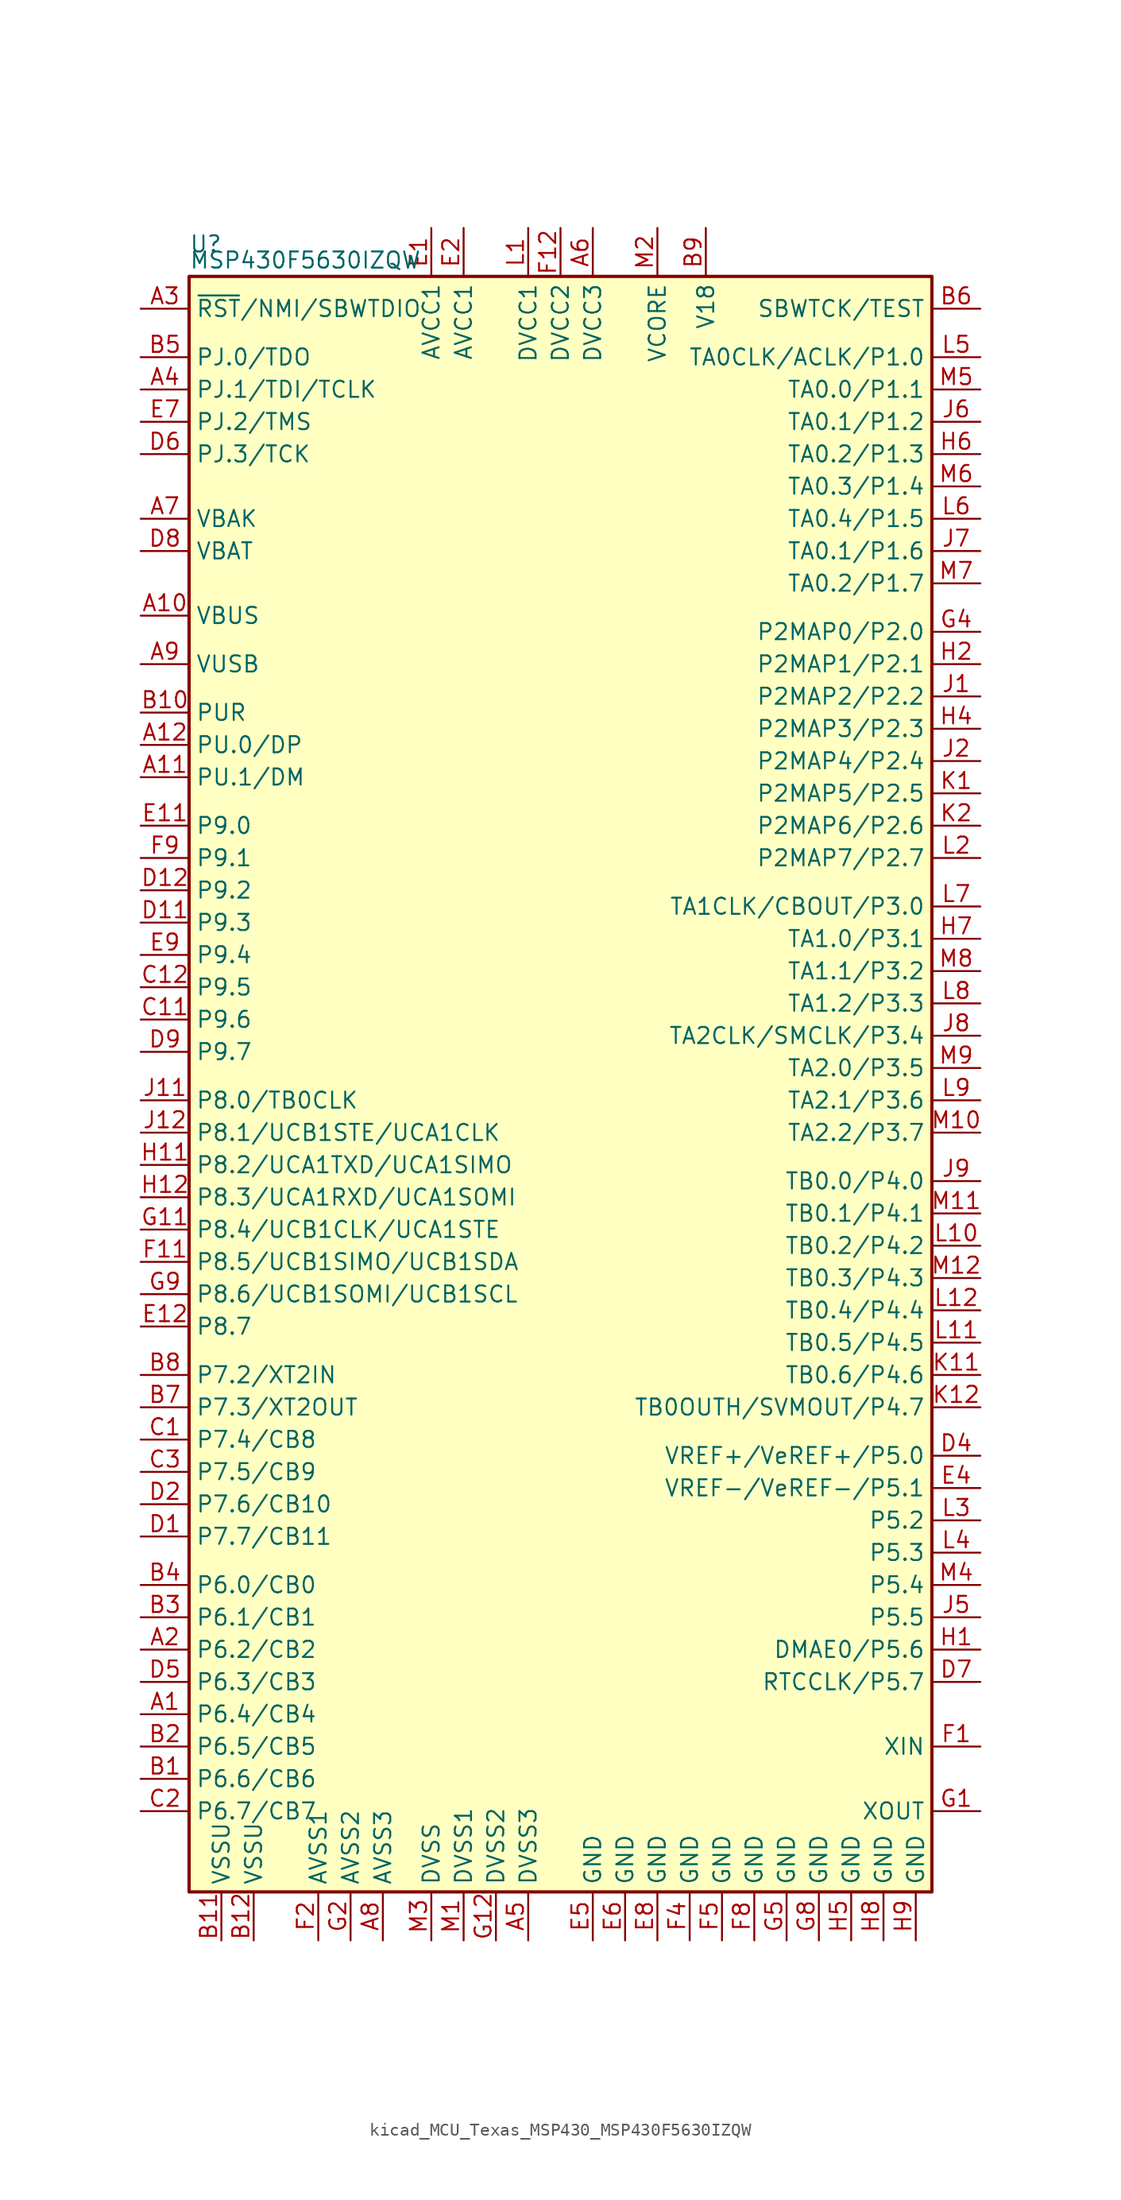
<source format=kicad_sym>
(kicad_symbol_lib
  (version 20220914)
  (generator kicad_symbol_editor)
  (symbol "kicad_MCU_Texas_MSP430_MSP430F5630IZQW"
    (property "Reference" "U"
      (at -29.21 66.04 0)
      (effects (font (size 1.27 1.27)) (justify left)))
    (property "Value" "MSP430F5630IZQW"
      (at -29.21 64.77 0)
      (effects (font (size 1.27 1.27)) (justify left)))
    (symbol "kicad_MCU_Texas_MSP430_MSP430F5630IZQW_0_1"
      (rectangle (start -29.21 63.5) (end 29.21 -63.5) (stroke (width 0.254) (type default)) (fill (type background))))
    (symbol "kicad_MCU_Texas_MSP430_MSP430F5630IZQW_1_1"
      (pin bidirectional line (at -33.02 -49.53 0) (length 3.81) (name "P6.4/CB4" (effects (font (size 1.27 1.27)))) (number "A1" (effects (font (size 1.27 1.27)))))
      (pin bidirectional line (at -33.02 36.83 0) (length 3.81) (name "VBUS" (effects (font (size 1.27 1.27)))) (number "A10" (effects (font (size 1.27 1.27)))))
      (pin bidirectional line (at -33.02 24.13 0) (length 3.81) (name "PU.1/DM" (effects (font (size 1.27 1.27)))) (number "A11" (effects (font (size 1.27 1.27)))))
      (pin bidirectional line (at -33.02 26.67 0) (length 3.81) (name "PU.0/DP" (effects (font (size 1.27 1.27)))) (number "A12" (effects (font (size 1.27 1.27)))))
      (pin bidirectional line (at -33.02 -44.45 0) (length 3.81) (name "P6.2/CB2" (effects (font (size 1.27 1.27)))) (number "A2" (effects (font (size 1.27 1.27)))))
      (pin input line (at -33.02 60.96 0) (length 3.81) (name "~{RST}/NMI/SBWTDIO" (effects (font (size 1.27 1.27)))) (number "A3" (effects (font (size 1.27 1.27)))))
      (pin bidirectional line (at -33.02 54.61 0) (length 3.81) (name "PJ.1/TDI/TCLK" (effects (font (size 1.27 1.27)))) (number "A4" (effects (font (size 1.27 1.27)))))
      (pin power_in line (at -2.54 -67.31 90) (length 3.81) (name "DVSS3" (effects (font (size 1.27 1.27)))) (number "A5" (effects (font (size 1.27 1.27)))))
      (pin power_in line (at 2.54 67.31 270) (length 3.81) (name "DVCC3" (effects (font (size 1.27 1.27)))) (number "A6" (effects (font (size 1.27 1.27)))))
      (pin bidirectional line (at -33.02 44.45 0) (length 3.81) (name "VBAK" (effects (font (size 1.27 1.27)))) (number "A7" (effects (font (size 1.27 1.27)))))
      (pin power_in line (at -13.97 -67.31 90) (length 3.81) (name "AVSS3" (effects (font (size 1.27 1.27)))) (number "A8" (effects (font (size 1.27 1.27)))))
      (pin bidirectional line (at -33.02 33.02 0) (length 3.81) (name "VUSB" (effects (font (size 1.27 1.27)))) (number "A9" (effects (font (size 1.27 1.27)))))
      (pin bidirectional line (at -33.02 -54.61 0) (length 3.81) (name "P6.6/CB6" (effects (font (size 1.27 1.27)))) (number "B1" (effects (font (size 1.27 1.27)))))
      (pin bidirectional line (at -33.02 29.21 0) (length 3.81) (name "PUR" (effects (font (size 1.27 1.27)))) (number "B10" (effects (font (size 1.27 1.27)))))
      (pin power_in line (at -26.67 -67.31 90) (length 3.81) (name "VSSU" (effects (font (size 1.27 1.27)))) (number "B11" (effects (font (size 1.27 1.27)))))
      (pin power_in line (at -24.13 -67.31 90) (length 3.81) (name "VSSU" (effects (font (size 1.27 1.27)))) (number "B12" (effects (font (size 1.27 1.27)))))
      (pin bidirectional line (at -33.02 -52.07 0) (length 3.81) (name "P6.5/CB5" (effects (font (size 1.27 1.27)))) (number "B2" (effects (font (size 1.27 1.27)))))
      (pin bidirectional line (at -33.02 -41.91 0) (length 3.81) (name "P6.1/CB1" (effects (font (size 1.27 1.27)))) (number "B3" (effects (font (size 1.27 1.27)))))
      (pin bidirectional line (at -33.02 -39.37 0) (length 3.81) (name "P6.0/CB0" (effects (font (size 1.27 1.27)))) (number "B4" (effects (font (size 1.27 1.27)))))
      (pin bidirectional line (at -33.02 57.15 0) (length 3.81) (name "PJ.0/TDO" (effects (font (size 1.27 1.27)))) (number "B5" (effects (font (size 1.27 1.27)))))
      (pin input line (at 33.02 60.96 180) (length 3.81) (name "SBWTCK/TEST" (effects (font (size 1.27 1.27)))) (number "B6" (effects (font (size 1.27 1.27)))))
      (pin bidirectional line (at -33.02 -25.4 0) (length 3.81) (name "P7.3/XT2OUT" (effects (font (size 1.27 1.27)))) (number "B7" (effects (font (size 1.27 1.27)))))
      (pin bidirectional line (at -33.02 -22.86 0) (length 3.81) (name "P7.2/XT2IN" (effects (font (size 1.27 1.27)))) (number "B8" (effects (font (size 1.27 1.27)))))
      (pin passive line (at 11.43 67.31 270) (length 3.81) (name "V18" (effects (font (size 1.27 1.27)))) (number "B9" (effects (font (size 1.27 1.27)))))
      (pin bidirectional line (at -33.02 -27.94 0) (length 3.81) (name "P7.4/CB8" (effects (font (size 1.27 1.27)))) (number "C1" (effects (font (size 1.27 1.27)))))
      (pin bidirectional line (at -33.02 5.08 0) (length 3.81) (name "P9.6" (effects (font (size 1.27 1.27)))) (number "C11" (effects (font (size 1.27 1.27)))))
      (pin bidirectional line (at -33.02 7.62 0) (length 3.81) (name "P9.5" (effects (font (size 1.27 1.27)))) (number "C12" (effects (font (size 1.27 1.27)))))
      (pin bidirectional line (at -33.02 -57.15 0) (length 3.81) (name "P6.7/CB7" (effects (font (size 1.27 1.27)))) (number "C2" (effects (font (size 1.27 1.27)))))
      (pin bidirectional line (at -33.02 -30.48 0) (length 3.81) (name "P7.5/CB9" (effects (font (size 1.27 1.27)))) (number "C3" (effects (font (size 1.27 1.27)))))
      (pin bidirectional line (at -33.02 -35.56 0) (length 3.81) (name "P7.7/CB11" (effects (font (size 1.27 1.27)))) (number "D1" (effects (font (size 1.27 1.27)))))
      (pin bidirectional line (at -33.02 12.7 0) (length 3.81) (name "P9.3" (effects (font (size 1.27 1.27)))) (number "D11" (effects (font (size 1.27 1.27)))))
      (pin bidirectional line (at -33.02 15.24 0) (length 3.81) (name "P9.2" (effects (font (size 1.27 1.27)))) (number "D12" (effects (font (size 1.27 1.27)))))
      (pin bidirectional line (at -33.02 -33.02 0) (length 3.81) (name "P7.6/CB10" (effects (font (size 1.27 1.27)))) (number "D2" (effects (font (size 1.27 1.27)))))
      (pin bidirectional line (at 33.02 -29.21 180) (length 3.81) (name "VREF+/VeREF+/P5.0" (effects (font (size 1.27 1.27)))) (number "D4" (effects (font (size 1.27 1.27)))))
      (pin bidirectional line (at -33.02 -46.99 0) (length 3.81) (name "P6.3/CB3" (effects (font (size 1.27 1.27)))) (number "D5" (effects (font (size 1.27 1.27)))))
      (pin bidirectional line (at -33.02 49.53 0) (length 3.81) (name "PJ.3/TCK" (effects (font (size 1.27 1.27)))) (number "D6" (effects (font (size 1.27 1.27)))))
      (pin bidirectional line (at 33.02 -46.99 180) (length 3.81) (name "RTCCLK/P5.7" (effects (font (size 1.27 1.27)))) (number "D7" (effects (font (size 1.27 1.27)))))
      (pin bidirectional line (at -33.02 41.91 0) (length 3.81) (name "VBAT" (effects (font (size 1.27 1.27)))) (number "D8" (effects (font (size 1.27 1.27)))))
      (pin bidirectional line (at -33.02 2.54 0) (length 3.81) (name "P9.7" (effects (font (size 1.27 1.27)))) (number "D9" (effects (font (size 1.27 1.27)))))
      (pin power_in line (at -10.16 67.31 270) (length 3.81) (name "AVCC1" (effects (font (size 1.27 1.27)))) (number "E1" (effects (font (size 1.27 1.27)))))
      (pin bidirectional line (at -33.02 20.32 0) (length 3.81) (name "P9.0" (effects (font (size 1.27 1.27)))) (number "E11" (effects (font (size 1.27 1.27)))))
      (pin bidirectional line (at -33.02 -19.05 0) (length 3.81) (name "P8.7" (effects (font (size 1.27 1.27)))) (number "E12" (effects (font (size 1.27 1.27)))))
      (pin power_in line (at -7.62 67.31 270) (length 3.81) (name "AVCC1" (effects (font (size 1.27 1.27)))) (number "E2" (effects (font (size 1.27 1.27)))))
      (pin bidirectional line (at 33.02 -31.75 180) (length 3.81) (name "VREF-/VeREF-/P5.1" (effects (font (size 1.27 1.27)))) (number "E4" (effects (font (size 1.27 1.27)))))
      (pin power_in line (at 2.54 -67.31 90) (length 3.81) (name "GND" (effects (font (size 1.27 1.27)))) (number "E5" (effects (font (size 1.27 1.27)))))
      (pin power_in line (at 5.08 -67.31 90) (length 3.81) (name "GND" (effects (font (size 1.27 1.27)))) (number "E6" (effects (font (size 1.27 1.27)))))
      (pin bidirectional line (at -33.02 52.07 0) (length 3.81) (name "PJ.2/TMS" (effects (font (size 1.27 1.27)))) (number "E7" (effects (font (size 1.27 1.27)))))
      (pin power_in line (at 7.62 -67.31 90) (length 3.81) (name "GND" (effects (font (size 1.27 1.27)))) (number "E8" (effects (font (size 1.27 1.27)))))
      (pin bidirectional line (at -33.02 10.16 0) (length 3.81) (name "P9.4" (effects (font (size 1.27 1.27)))) (number "E9" (effects (font (size 1.27 1.27)))))
      (pin bidirectional line (at 33.02 -52.07 180) (length 3.81) (name "XIN" (effects (font (size 1.27 1.27)))) (number "F1" (effects (font (size 1.27 1.27)))))
      (pin bidirectional line (at -33.02 -13.97 0) (length 3.81) (name "P8.5/UCB1SIMO/UCB1SDA" (effects (font (size 1.27 1.27)))) (number "F11" (effects (font (size 1.27 1.27)))))
      (pin power_in line (at 0 67.31 270) (length 3.81) (name "DVCC2" (effects (font (size 1.27 1.27)))) (number "F12" (effects (font (size 1.27 1.27)))))
      (pin power_in line (at -19.05 -67.31 90) (length 3.81) (name "AVSS1" (effects (font (size 1.27 1.27)))) (number "F2" (effects (font (size 1.27 1.27)))))
      (pin power_in line (at 10.16 -67.31 90) (length 3.81) (name "GND" (effects (font (size 1.27 1.27)))) (number "F4" (effects (font (size 1.27 1.27)))))
      (pin power_in line (at 12.7 -67.31 90) (length 3.81) (name "GND" (effects (font (size 1.27 1.27)))) (number "F5" (effects (font (size 1.27 1.27)))))
      (pin power_in line (at 15.24 -67.31 90) (length 3.81) (name "GND" (effects (font (size 1.27 1.27)))) (number "F8" (effects (font (size 1.27 1.27)))))
      (pin bidirectional line (at -33.02 17.78 0) (length 3.81) (name "P9.1" (effects (font (size 1.27 1.27)))) (number "F9" (effects (font (size 1.27 1.27)))))
      (pin bidirectional line (at 33.02 -57.15 180) (length 3.81) (name "XOUT" (effects (font (size 1.27 1.27)))) (number "G1" (effects (font (size 1.27 1.27)))))
      (pin bidirectional line (at -33.02 -11.43 0) (length 3.81) (name "P8.4/UCB1CLK/UCA1STE" (effects (font (size 1.27 1.27)))) (number "G11" (effects (font (size 1.27 1.27)))))
      (pin power_in line (at -5.08 -67.31 90) (length 3.81) (name "DVSS2" (effects (font (size 1.27 1.27)))) (number "G12" (effects (font (size 1.27 1.27)))))
      (pin power_in line (at -16.51 -67.31 90) (length 3.81) (name "AVSS2" (effects (font (size 1.27 1.27)))) (number "G2" (effects (font (size 1.27 1.27)))))
      (pin bidirectional line (at 33.02 35.56 180) (length 3.81) (name "P2MAP0/P2.0" (effects (font (size 1.27 1.27)))) (number "G4" (effects (font (size 1.27 1.27)))))
      (pin power_in line (at 17.78 -67.31 90) (length 3.81) (name "GND" (effects (font (size 1.27 1.27)))) (number "G5" (effects (font (size 1.27 1.27)))))
      (pin power_in line (at 20.32 -67.31 90) (length 3.81) (name "GND" (effects (font (size 1.27 1.27)))) (number "G8" (effects (font (size 1.27 1.27)))))
      (pin bidirectional line (at -33.02 -16.51 0) (length 3.81) (name "P8.6/UCB1SOMI/UCB1SCL" (effects (font (size 1.27 1.27)))) (number "G9" (effects (font (size 1.27 1.27)))))
      (pin bidirectional line (at 33.02 -44.45 180) (length 3.81) (name "DMAE0/P5.6" (effects (font (size 1.27 1.27)))) (number "H1" (effects (font (size 1.27 1.27)))))
      (pin bidirectional line (at -33.02 -6.35 0) (length 3.81) (name "P8.2/UCA1TXD/UCA1SIMO" (effects (font (size 1.27 1.27)))) (number "H11" (effects (font (size 1.27 1.27)))))
      (pin bidirectional line (at -33.02 -8.89 0) (length 3.81) (name "P8.3/UCA1RXD/UCA1SOMI" (effects (font (size 1.27 1.27)))) (number "H12" (effects (font (size 1.27 1.27)))))
      (pin bidirectional line (at 33.02 33.02 180) (length 3.81) (name "P2MAP1/P2.1" (effects (font (size 1.27 1.27)))) (number "H2" (effects (font (size 1.27 1.27)))))
      (pin bidirectional line (at 33.02 27.94 180) (length 3.81) (name "P2MAP3/P2.3" (effects (font (size 1.27 1.27)))) (number "H4" (effects (font (size 1.27 1.27)))))
      (pin power_in line (at 22.86 -67.31 90) (length 3.81) (name "GND" (effects (font (size 1.27 1.27)))) (number "H5" (effects (font (size 1.27 1.27)))))
      (pin bidirectional line (at 33.02 49.53 180) (length 3.81) (name "TA0.2/P1.3" (effects (font (size 1.27 1.27)))) (number "H6" (effects (font (size 1.27 1.27)))))
      (pin bidirectional line (at 33.02 11.43 180) (length 3.81) (name "TA1.0/P3.1" (effects (font (size 1.27 1.27)))) (number "H7" (effects (font (size 1.27 1.27)))))
      (pin power_in line (at 25.4 -67.31 90) (length 3.81) (name "GND" (effects (font (size 1.27 1.27)))) (number "H8" (effects (font (size 1.27 1.27)))))
      (pin power_in line (at 27.94 -67.31 90) (length 3.81) (name "GND" (effects (font (size 1.27 1.27)))) (number "H9" (effects (font (size 1.27 1.27)))))
      (pin bidirectional line (at 33.02 30.48 180) (length 3.81) (name "P2MAP2/P2.2" (effects (font (size 1.27 1.27)))) (number "J1" (effects (font (size 1.27 1.27)))))
      (pin bidirectional line (at -33.02 -1.27 0) (length 3.81) (name "P8.0/TB0CLK" (effects (font (size 1.27 1.27)))) (number "J11" (effects (font (size 1.27 1.27)))))
      (pin bidirectional line (at -33.02 -3.81 0) (length 3.81) (name "P8.1/UCB1STE/UCA1CLK" (effects (font (size 1.27 1.27)))) (number "J12" (effects (font (size 1.27 1.27)))))
      (pin bidirectional line (at 33.02 25.4 180) (length 3.81) (name "P2MAP4/P2.4" (effects (font (size 1.27 1.27)))) (number "J2" (effects (font (size 1.27 1.27)))))
      (pin bidirectional line (at 33.02 -41.91 180) (length 3.81) (name "P5.5" (effects (font (size 1.27 1.27)))) (number "J5" (effects (font (size 1.27 1.27)))))
      (pin bidirectional line (at 33.02 52.07 180) (length 3.81) (name "TA0.1/P1.2" (effects (font (size 1.27 1.27)))) (number "J6" (effects (font (size 1.27 1.27)))))
      (pin bidirectional line (at 33.02 41.91 180) (length 3.81) (name "TA0.1/P1.6" (effects (font (size 1.27 1.27)))) (number "J7" (effects (font (size 1.27 1.27)))))
      (pin bidirectional line (at 33.02 3.81 180) (length 3.81) (name "TA2CLK/SMCLK/P3.4" (effects (font (size 1.27 1.27)))) (number "J8" (effects (font (size 1.27 1.27)))))
      (pin bidirectional line (at 33.02 -7.62 180) (length 3.81) (name "TB0.0/P4.0" (effects (font (size 1.27 1.27)))) (number "J9" (effects (font (size 1.27 1.27)))))
      (pin bidirectional line (at 33.02 22.86 180) (length 3.81) (name "P2MAP5/P2.5" (effects (font (size 1.27 1.27)))) (number "K1" (effects (font (size 1.27 1.27)))))
      (pin bidirectional line (at 33.02 -22.86 180) (length 3.81) (name "TB0.6/P4.6" (effects (font (size 1.27 1.27)))) (number "K11" (effects (font (size 1.27 1.27)))))
      (pin bidirectional line (at 33.02 -25.4 180) (length 3.81) (name "TB0OUTH/SVMOUT/P4.7" (effects (font (size 1.27 1.27)))) (number "K12" (effects (font (size 1.27 1.27)))))
      (pin bidirectional line (at 33.02 20.32 180) (length 3.81) (name "P2MAP6/P2.6" (effects (font (size 1.27 1.27)))) (number "K2" (effects (font (size 1.27 1.27)))))
      (pin power_in line (at -2.54 67.31 270) (length 3.81) (name "DVCC1" (effects (font (size 1.27 1.27)))) (number "L1" (effects (font (size 1.27 1.27)))))
      (pin bidirectional line (at 33.02 -12.7 180) (length 3.81) (name "TB0.2/P4.2" (effects (font (size 1.27 1.27)))) (number "L10" (effects (font (size 1.27 1.27)))))
      (pin bidirectional line (at 33.02 -20.32 180) (length 3.81) (name "TB0.5/P4.5" (effects (font (size 1.27 1.27)))) (number "L11" (effects (font (size 1.27 1.27)))))
      (pin bidirectional line (at 33.02 -17.78 180) (length 3.81) (name "TB0.4/P4.4" (effects (font (size 1.27 1.27)))) (number "L12" (effects (font (size 1.27 1.27)))))
      (pin bidirectional line (at 33.02 17.78 180) (length 3.81) (name "P2MAP7/P2.7" (effects (font (size 1.27 1.27)))) (number "L2" (effects (font (size 1.27 1.27)))))
      (pin bidirectional line (at 33.02 -34.29 180) (length 3.81) (name "P5.2" (effects (font (size 1.27 1.27)))) (number "L3" (effects (font (size 1.27 1.27)))))
      (pin bidirectional line (at 33.02 -36.83 180) (length 3.81) (name "P5.3" (effects (font (size 1.27 1.27)))) (number "L4" (effects (font (size 1.27 1.27)))))
      (pin bidirectional line (at 33.02 57.15 180) (length 3.81) (name "TA0CLK/ACLK/P1.0" (effects (font (size 1.27 1.27)))) (number "L5" (effects (font (size 1.27 1.27)))))
      (pin bidirectional line (at 33.02 44.45 180) (length 3.81) (name "TA0.4/P1.5" (effects (font (size 1.27 1.27)))) (number "L6" (effects (font (size 1.27 1.27)))))
      (pin bidirectional line (at 33.02 13.97 180) (length 3.81) (name "TA1CLK/CBOUT/P3.0" (effects (font (size 1.27 1.27)))) (number "L7" (effects (font (size 1.27 1.27)))))
      (pin bidirectional line (at 33.02 6.35 180) (length 3.81) (name "TA1.2/P3.3" (effects (font (size 1.27 1.27)))) (number "L8" (effects (font (size 1.27 1.27)))))
      (pin bidirectional line (at 33.02 -1.27 180) (length 3.81) (name "TA2.1/P3.6" (effects (font (size 1.27 1.27)))) (number "L9" (effects (font (size 1.27 1.27)))))
      (pin power_in line (at -7.62 -67.31 90) (length 3.81) (name "DVSS1" (effects (font (size 1.27 1.27)))) (number "M1" (effects (font (size 1.27 1.27)))))
      (pin bidirectional line (at 33.02 -3.81 180) (length 3.81) (name "TA2.2/P3.7" (effects (font (size 1.27 1.27)))) (number "M10" (effects (font (size 1.27 1.27)))))
      (pin bidirectional line (at 33.02 -10.16 180) (length 3.81) (name "TB0.1/P4.1" (effects (font (size 1.27 1.27)))) (number "M11" (effects (font (size 1.27 1.27)))))
      (pin bidirectional line (at 33.02 -15.24 180) (length 3.81) (name "TB0.3/P4.3" (effects (font (size 1.27 1.27)))) (number "M12" (effects (font (size 1.27 1.27)))))
      (pin bidirectional line (at 7.62 67.31 270) (length 3.81) (name "VCORE" (effects (font (size 1.27 1.27)))) (number "M2" (effects (font (size 1.27 1.27)))))
      (pin power_in line (at -10.16 -67.31 90) (length 3.81) (name "DVSS" (effects (font (size 1.27 1.27)))) (number "M3" (effects (font (size 1.27 1.27)))))
      (pin bidirectional line (at 33.02 -39.37 180) (length 3.81) (name "P5.4" (effects (font (size 1.27 1.27)))) (number "M4" (effects (font (size 1.27 1.27)))))
      (pin bidirectional line (at 33.02 54.61 180) (length 3.81) (name "TA0.0/P1.1" (effects (font (size 1.27 1.27)))) (number "M5" (effects (font (size 1.27 1.27)))))
      (pin bidirectional line (at 33.02 46.99 180) (length 3.81) (name "TA0.3/P1.4" (effects (font (size 1.27 1.27)))) (number "M6" (effects (font (size 1.27 1.27)))))
      (pin bidirectional line (at 33.02 39.37 180) (length 3.81) (name "TA0.2/P1.7" (effects (font (size 1.27 1.27)))) (number "M7" (effects (font (size 1.27 1.27)))))
      (pin bidirectional line (at 33.02 8.89 180) (length 3.81) (name "TA1.1/P3.2" (effects (font (size 1.27 1.27)))) (number "M8" (effects (font (size 1.27 1.27)))))
      (pin bidirectional line (at 33.02 1.27 180) (length 3.81) (name "TA2.0/P3.5" (effects (font (size 1.27 1.27)))) (number "M9" (effects (font (size 1.27 1.27))))))))
</source>
